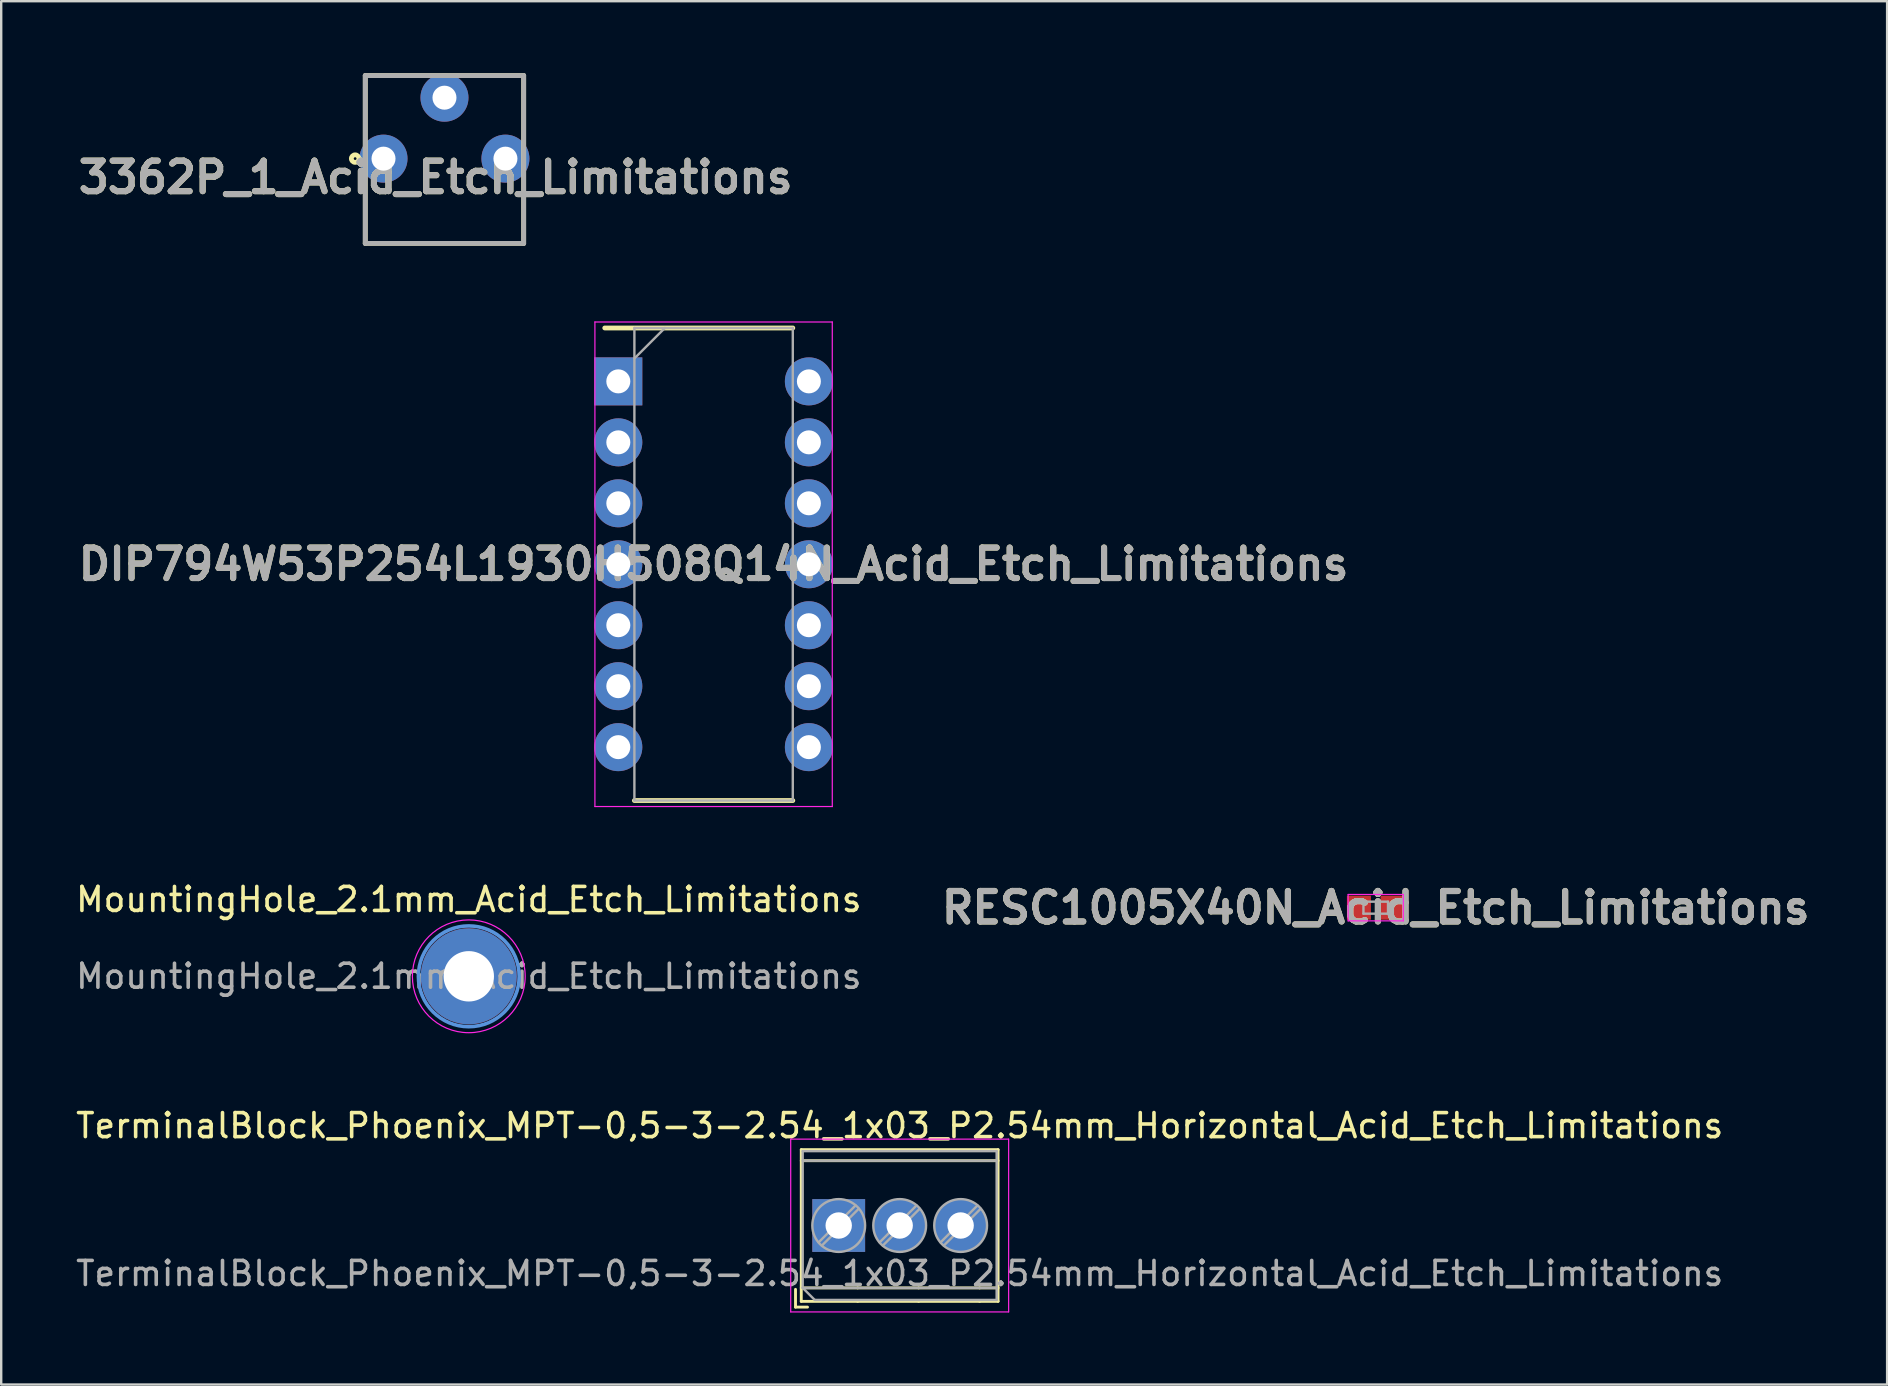
<source format=kicad_pcb>
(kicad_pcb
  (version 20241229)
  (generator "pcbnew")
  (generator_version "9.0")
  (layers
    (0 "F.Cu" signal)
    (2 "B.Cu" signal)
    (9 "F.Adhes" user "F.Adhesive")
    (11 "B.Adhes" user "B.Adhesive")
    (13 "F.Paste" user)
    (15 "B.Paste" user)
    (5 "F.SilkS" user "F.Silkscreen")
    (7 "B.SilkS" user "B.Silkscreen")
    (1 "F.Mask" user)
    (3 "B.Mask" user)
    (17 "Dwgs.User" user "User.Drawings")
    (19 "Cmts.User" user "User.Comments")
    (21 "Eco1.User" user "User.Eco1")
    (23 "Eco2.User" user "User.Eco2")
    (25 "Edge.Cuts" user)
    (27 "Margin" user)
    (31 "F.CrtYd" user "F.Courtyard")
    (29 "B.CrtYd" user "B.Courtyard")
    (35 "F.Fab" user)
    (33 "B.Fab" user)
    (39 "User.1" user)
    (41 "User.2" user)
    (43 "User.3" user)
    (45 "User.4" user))
  (footprint "DIP794W53P254L1930H508Q14N_Acid_Etch_Limitations"
    (layer "F.Cu")
    (at 26.682 20.46)
    (property "Reference" "DIP794W53P254L1930H508Q14N_Acid_Etch_Limitations" (at 0 0 0) (layer "F.SilkS") (effects (font (size 1.27 1.27) (thickness 0.254))))
    (attr through_hole)
    (fp_line (start -4.535 -9.845) (end 3.3 -9.845) (stroke (width 0.2) (type solid)) (layer "F.SilkS"))
    (fp_line (start -3.3 9.845) (end 3.3 9.845) (stroke (width 0.2) (type solid)) (layer "F.SilkS"))
    (fp_line (start -4.945 -10.095) (end 4.945 -10.095) (stroke (width 0.05) (type solid)) (layer "F.CrtYd"))
    (fp_line (start -4.945 10.095) (end -4.945 -10.095) (stroke (width 0.05) (type solid)) (layer "F.CrtYd"))
    (fp_line (start 4.945 -10.095) (end 4.945 10.095) (stroke (width 0.05) (type solid)) (layer "F.CrtYd"))
    (fp_line (start 4.945 10.095) (end -4.945 10.095) (stroke (width 0.05) (type solid)) (layer "F.CrtYd"))
    (fp_line (start -3.3 -9.845) (end 3.3 -9.845) (stroke (width 0.1) (type solid)) (layer "F.Fab"))
    (fp_line (start -3.3 -8.575) (end -2.03 -9.845) (stroke (width 0.1) (type solid)) (layer "F.Fab"))
    (fp_line (start -3.3 9.845) (end -3.3 -9.845) (stroke (width 0.1) (type solid)) (layer "F.Fab"))
    (fp_line (start 3.3 -9.845) (end 3.3 9.845) (stroke (width 0.1) (type solid)) (layer "F.Fab"))
    (fp_line (start 3.3 9.845) (end -3.3 9.845) (stroke (width 0.1) (type solid)) (layer "F.Fab"))
    (fp_text user "${REFERENCE}" (at 0 0 0) (layer "F.Fab") (effects (font (size 1.27 1.27) (thickness 0.254))))
    (pad "1" thru_hole rect (at -3.97 -7.62) (size 2 2) (drill 1) (layers "*.Cu" "*.Mask"))
    (pad "2" thru_hole circle (at -3.97 -5.08) (size 2 2) (drill 1) (layers "*.Cu" "*.Mask"))
    (pad "3" thru_hole circle (at -3.97 -2.54) (size 2 2) (drill 1) (layers "*.Cu" "*.Mask"))
    (pad "4" thru_hole circle (at -3.97 0) (size 2 2) (drill 1) (layers "*.Cu" "*.Mask"))
    (pad "5" thru_hole circle (at -3.97 2.54) (size 2 2) (drill 1) (layers "*.Cu" "*.Mask"))
    (pad "6" thru_hole circle (at -3.97 5.08) (size 2 2) (drill 1) (layers "*.Cu" "*.Mask"))
    (pad "7" thru_hole circle (at -3.97 7.62) (size 2 2) (drill 1) (layers "*.Cu" "*.Mask"))
    (pad "8" thru_hole circle (at 3.97 7.62) (size 2 2) (drill 1) (layers "*.Cu" "*.Mask"))
    (pad "9" thru_hole circle (at 3.97 5.08) (size 2 2) (drill 1) (layers "*.Cu" "*.Mask"))
    (pad "10" thru_hole circle (at 3.97 2.54) (size 2 2) (drill 1) (layers "*.Cu" "*.Mask"))
    (pad "11" thru_hole circle (at 3.97 0) (size 2 2) (drill 1) (layers "*.Cu" "*.Mask"))
    (pad "12" thru_hole circle (at 3.97 -2.54) (size 2 2) (drill 1) (layers "*.Cu" "*.Mask"))
    (pad "13" thru_hole circle (at 3.97 -5.08) (size 2 2) (drill 1) (layers "*.Cu" "*.Mask"))
    (pad "14" thru_hole circle (at 3.97 -7.62) (size 2 2) (drill 1) (layers "*.Cu" "*.Mask")))
  (footprint "MountingHole_2.1mm_Acid_Etch_Limitations"
    (layer "F.Cu")
    (at 16.482 37.628)
    (property "Reference" "MountingHole_2.1mm_Acid_Etch_Limitations" (at 0 -3.2 0) (layer "F.SilkS") (effects (font (size 1 1) (thickness 0.15))))
    (attr exclude_from_pos_files)
    (fp_circle (center 0 0) (end 2.1 0) (stroke (width 0.15) (type solid)) (fill no) (layer "Cmts.User"))
    (fp_circle (center 0 0) (end 2.35 0) (stroke (width 0.05) (type solid)) (fill no) (layer "F.CrtYd"))
    (fp_text user "${REFERENCE}" (at 0 0 0) (layer "F.Fab") (effects (font (size 1 1) (thickness 0.15))))
    (pad "" np_thru_hole circle (at 0 0) (size 4 4) (drill 2.1) (layers "*.Cu" "*.Mask")))
  (footprint "RESC1005X40N_Acid_Etch_Limitations"
    (layer "F.Cu")
    (at 54.27 34.769)
    (property "Reference" "RESC1005X40N_Acid_Etch_Limitations" (at 0 0 0) (layer "F.SilkS") (effects (font (size 1.27 1.27) (thickness 0.254))))
    (attr smd)
    (fp_line (start -1.15 -0.55) (end 1.15 -0.55) (stroke (width 0.05) (type solid)) (layer "F.CrtYd"))
    (fp_line (start -1.15 0.55) (end -1.15 -0.55) (stroke (width 0.05) (type solid)) (layer "F.CrtYd"))
    (fp_line (start 1.15 -0.55) (end 1.15 0.55) (stroke (width 0.05) (type solid)) (layer "F.CrtYd"))
    (fp_line (start 1.15 0.55) (end -1.15 0.55) (stroke (width 0.05) (type solid)) (layer "F.CrtYd"))
    (fp_line (start -0.512 -0.25) (end 0.512 -0.25) (stroke (width 0.1) (type solid)) (layer "F.Fab"))
    (fp_line (start -0.512 0.25) (end -0.512 -0.25) (stroke (width 0.1) (type solid)) (layer "F.Fab"))
    (fp_line (start 0.512 -0.25) (end 0.512 0.25) (stroke (width 0.1) (type solid)) (layer "F.Fab"))
    (fp_line (start 0.512 0.25) (end -0.512 0.25) (stroke (width 0.1) (type solid)) (layer "F.Fab"))
    (fp_text user "${REFERENCE}" (at 0 0 0) (layer "F.Fab") (effects (font (size 1.27 1.27) (thickness 0.254))))
    (pad "1" smd rect (at -0.7 0 90) (size 1 1) (layers "F.Cu" "F.Mask" "F.Paste"))
    (pad "2" smd rect (at 0.7 0 90) (size 1 1) (layers "F.Cu" "F.Mask" "F.Paste")))
  (footprint "TerminalBlock_Phoenix_MPT-0,5-3-2.54_1x03_P2.54mm_Horizontal_Acid_Etch_Limitations"
    (layer "F.Cu")
    (at 31.895 48.011)
    (property "Reference" "TerminalBlock_Phoenix_MPT-0,5-3-2.54_1x03_P2.54mm_Horizontal_Acid_Etch_Limitations" (at 2.54 -4.16 180) (layer "F.SilkS") (effects (font (size 1 1) (thickness 0.15))))
    (attr through_hole)
    (fp_line (start -1.8 2.66) (end -1.8 3.4) (stroke (width 0.12) (type solid)) (layer "F.SilkS"))
    (fp_line (start -1.8 3.4) (end -1.3 3.4) (stroke (width 0.12) (type solid)) (layer "F.SilkS"))
    (fp_line (start -1.56 -3.16) (end -1.56 3.16) (stroke (width 0.12) (type solid)) (layer "F.SilkS"))
    (fp_line (start -1.56 -3.16) (end 6.64 -3.16) (stroke (width 0.12) (type solid)) (layer "F.SilkS"))
    (fp_line (start -1.56 -2.7) (end 6.64 -2.7) (stroke (width 0.12) (type solid)) (layer "F.SilkS"))
    (fp_line (start -1.56 2.6) (end 0.79 2.6) (stroke (width 0.12) (type solid)) (layer "F.SilkS"))
    (fp_line (start -1.56 3.16) (end 0.79 3.16) (stroke (width 0.12) (type solid)) (layer "F.SilkS"))
    (fp_line (start 0.79 2.6) (end 3.33 2.6) (stroke (width 0.12) (type solid)) (layer "F.SilkS"))
    (fp_line (start 0.79 3.16) (end 3.33 3.16) (stroke (width 0.12) (type solid)) (layer "F.SilkS"))
    (fp_line (start 3.33 2.6) (end 5.87 2.6) (stroke (width 0.12) (type solid)) (layer "F.SilkS"))
    (fp_line (start 3.33 3.16) (end 5.87 3.16) (stroke (width 0.12) (type solid)) (layer "F.SilkS"))
    (fp_line (start 5.87 2.6) (end 6.64 2.6) (stroke (width 0.12) (type solid)) (layer "F.SilkS"))
    (fp_line (start 5.87 3.16) (end 6.64 3.16) (stroke (width 0.12) (type solid)) (layer "F.SilkS"))
    (fp_line (start 6.64 -3.16) (end 6.64 3.16) (stroke (width 0.12) (type solid)) (layer "F.SilkS"))
    (fp_line (start -2 -3.6) (end -2 3.6) (stroke (width 0.05) (type solid)) (layer "F.CrtYd"))
    (fp_line (start -2 3.6) (end 7.08 3.6) (stroke (width 0.05) (type solid)) (layer "F.CrtYd"))
    (fp_line (start 7.08 -3.6) (end -2 -3.6) (stroke (width 0.05) (type solid)) (layer "F.CrtYd"))
    (fp_line (start 7.08 3.6) (end 7.08 -3.6) (stroke (width 0.05) (type solid)) (layer "F.CrtYd"))
    (fp_line (start -1.5 -3.1) (end 6.58 -3.1) (stroke (width 0.1) (type solid)) (layer "F.Fab"))
    (fp_line (start -1.5 -2.7) (end 6.58 -2.7) (stroke (width 0.1) (type solid)) (layer "F.Fab"))
    (fp_line (start -1.5 2.6) (end -1.5 -3.1) (stroke (width 0.1) (type solid)) (layer "F.Fab"))
    (fp_line (start -1.5 2.6) (end 6.58 2.6) (stroke (width 0.1) (type solid)) (layer "F.Fab"))
    (fp_line (start -1 3.1) (end -1.5 2.6) (stroke (width 0.1) (type solid)) (layer "F.Fab"))
    (fp_line (start 0.701 -0.835) (end -0.835 0.7) (stroke (width 0.1) (type solid)) (layer "F.Fab"))
    (fp_line (start 0.835 -0.7) (end -0.701 0.835) (stroke (width 0.1) (type solid)) (layer "F.Fab"))
    (fp_line (start 3.241 -0.835) (end 1.706 0.7) (stroke (width 0.1) (type solid)) (layer "F.Fab"))
    (fp_line (start 3.375 -0.7) (end 1.84 0.835) (stroke (width 0.1) (type solid)) (layer "F.Fab"))
    (fp_line (start 5.781 -0.835) (end 4.246 0.7) (stroke (width 0.1) (type solid)) (layer "F.Fab"))
    (fp_line (start 5.915 -0.7) (end 4.38 0.835) (stroke (width 0.1) (type solid)) (layer "F.Fab"))
    (fp_line (start 6.58 -3.1) (end 6.58 3.1) (stroke (width 0.1) (type solid)) (layer "F.Fab"))
    (fp_line (start 6.58 3.1) (end -1 3.1) (stroke (width 0.1) (type solid)) (layer "F.Fab"))
    (fp_circle (center 0 0) (end 1.1 0) (stroke (width 0.1) (type solid)) (fill no) (layer "F.Fab"))
    (fp_circle (center 2.54 0) (end 3.64 0) (stroke (width 0.1) (type solid)) (fill no) (layer "F.Fab"))
    (fp_circle (center 5.08 0) (end 6.18 0) (stroke (width 0.1) (type solid)) (fill no) (layer "F.Fab"))
    (fp_text user "${REFERENCE}" (at 2.54 2 180) (layer "F.Fab") (effects (font (size 1 1) (thickness 0.15))))
    (pad "1" thru_hole rect (at 0 0) (size 2.2 2.2) (drill 1.1) (layers "*.Cu" "*.Mask"))
    (pad "2" thru_hole circle (at 2.54 0) (size 2.2 2.2) (drill 1.1) (layers "*.Cu" "*.Mask"))
    (pad "3" thru_hole circle (at 5.08 0) (size 2.2 2.2) (drill 1.1) (layers "*.Cu" "*.Mask")))
  (footprint "3362P_1_Acid_Etch_Limitations"
    (layer "F.Cu")
    (at 15.469 7.09)
    (property "Reference" "3362P_1_Acid_Etch_Limitations" (at -0.368 -2.75 0) (layer "F.SilkS") (effects (font (size 1.27 1.27) (thickness 0.254))))
    (attr through_hole)
    (fp_line (start -3.3 -6.99) (end -3.3 0) (stroke (width 0.2) (type solid)) (layer "F.SilkS"))
    (fp_line (start -3.3 0) (end 3.3 0) (stroke (width 0.2) (type solid)) (layer "F.SilkS"))
    (fp_line (start 3.3 -6.99) (end -3.3 -6.99) (stroke (width 0.2) (type solid)) (layer "F.SilkS"))
    (fp_line (start 3.3 0) (end 3.3 -6.99) (stroke (width 0.2) (type solid)) (layer "F.SilkS"))
    (fp_circle (center -3.722 -3.532) (end -3.722 -3.475) (stroke (width 0.2) (type solid)) (fill no) (layer "F.SilkS"))
    (fp_line (start -3.3 -6.99) (end 3.3 -6.99) (stroke (width 0.2) (type solid)) (layer "F.Fab"))
    (fp_line (start -3.3 0) (end -3.3 -6.99) (stroke (width 0.2) (type solid)) (layer "F.Fab"))
    (fp_line (start 3.3 -6.99) (end 3.3 0) (stroke (width 0.2) (type solid)) (layer "F.Fab"))
    (fp_line (start 3.3 0) (end -3.3 0) (stroke (width 0.2) (type solid)) (layer "F.Fab"))
    (fp_text user "${REFERENCE}" (at -0.368 -2.75 0) (layer "F.Fab") (effects (font (size 1.27 1.27) (thickness 0.254))))
    (pad "1" thru_hole circle (at -2.54 -3.53) (size 2 2) (drill 1) (layers "*.Cu" "*.Mask"))
    (pad "2" thru_hole circle (at 0 -6.07) (size 2 2) (drill 1) (layers "*.Cu" "*.Mask"))
    (pad "3" thru_hole circle (at 2.54 -3.53) (size 2 2) (drill 1) (layers "*.Cu" "*.Mask")))
  (gr_rect
    (start -3 -3)
    (end 75.577 54.636)
    (stroke (width 0.1) (type default))
    (fill no)
    (layer "Edge.Cuts")))
</source>
